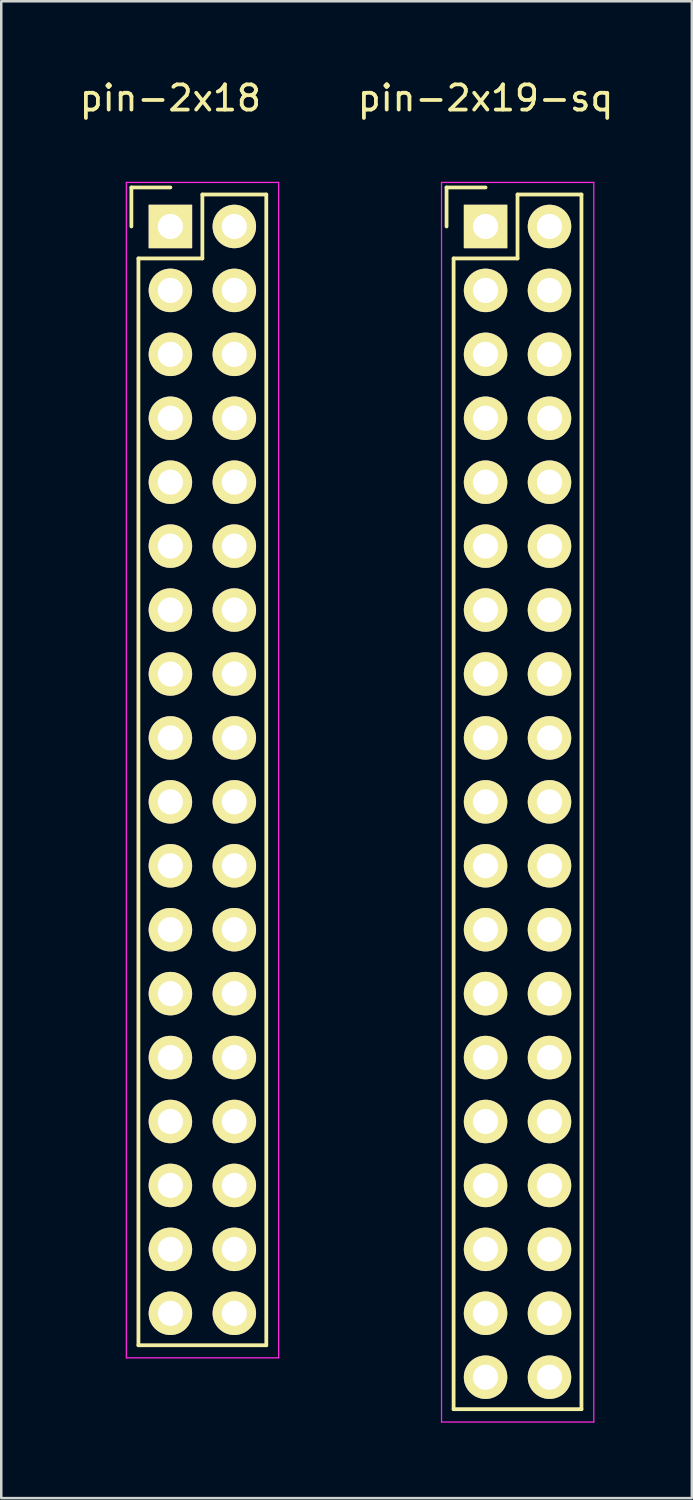
<source format=kicad_pcb>
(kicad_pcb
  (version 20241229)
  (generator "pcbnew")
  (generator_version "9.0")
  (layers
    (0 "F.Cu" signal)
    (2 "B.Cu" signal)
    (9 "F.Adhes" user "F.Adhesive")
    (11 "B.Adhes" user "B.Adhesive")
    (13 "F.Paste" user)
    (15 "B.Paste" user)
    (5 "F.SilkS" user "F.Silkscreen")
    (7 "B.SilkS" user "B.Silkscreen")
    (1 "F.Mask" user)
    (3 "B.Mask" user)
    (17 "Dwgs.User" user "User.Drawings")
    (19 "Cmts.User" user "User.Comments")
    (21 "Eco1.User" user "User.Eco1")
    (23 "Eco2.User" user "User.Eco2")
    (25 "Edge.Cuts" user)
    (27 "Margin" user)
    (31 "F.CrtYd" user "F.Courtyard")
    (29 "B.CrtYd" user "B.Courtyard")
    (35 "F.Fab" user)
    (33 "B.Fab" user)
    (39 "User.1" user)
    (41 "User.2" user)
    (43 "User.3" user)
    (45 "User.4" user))
  (footprint "pin-2x18"
    (layer "F.Cu")
    (at 3.72 5.948)
    (property "Reference" "pin-2x18" (at 0 -5.1 0) (layer "F.SilkS") (effects (font (size 1 1) (thickness 0.15))))
    (attr through_hole)
    (fp_line (start -1.55 -1.55) (end -1.55 0) (stroke (width 0.15) (type solid)) (layer "F.SilkS"))
    (fp_line (start -1.27 44.45) (end -1.27 1.27) (stroke (width 0.15) (type solid)) (layer "F.SilkS"))
    (fp_line (start 0 -1.55) (end -1.55 -1.55) (stroke (width 0.15) (type solid)) (layer "F.SilkS"))
    (fp_line (start 1.27 -1.27) (end 1.27 1.27) (stroke (width 0.15) (type solid)) (layer "F.SilkS"))
    (fp_line (start 1.27 1.27) (end -1.27 1.27) (stroke (width 0.15) (type solid)) (layer "F.SilkS"))
    (fp_line (start 3.81 -1.27) (end 1.27 -1.27) (stroke (width 0.15) (type solid)) (layer "F.SilkS"))
    (fp_line (start 3.81 -1.27) (end 3.81 44.45) (stroke (width 0.15) (type solid)) (layer "F.SilkS"))
    (fp_line (start 3.81 44.45) (end -1.27 44.45) (stroke (width 0.15) (type solid)) (layer "F.SilkS"))
    (fp_line (start -1.75 -1.75) (end -1.75 44.95) (stroke (width 0.05) (type solid)) (layer "F.CrtYd"))
    (fp_line (start -1.75 -1.75) (end 4.3 -1.75) (stroke (width 0.05) (type solid)) (layer "F.CrtYd"))
    (fp_line (start -1.75 44.95) (end 4.3 44.95) (stroke (width 0.05) (type solid)) (layer "F.CrtYd"))
    (fp_line (start 4.3 -1.75) (end 4.3 44.95) (stroke (width 0.05) (type solid)) (layer "F.CrtYd"))
    (pad "1" thru_hole rect (at 0 0) (size 1.727 1.727) (drill 1) (layers "*.Cu" "*.Mask" "F.SilkS"))
    (pad "2" thru_hole oval (at 2.54 0) (size 1.727 1.727) (drill 1) (layers "*.Cu" "*.Mask" "F.SilkS"))
    (pad "3" thru_hole oval (at 0 2.54) (size 1.727 1.727) (drill 1) (layers "*.Cu" "*.Mask" "F.SilkS"))
    (pad "4" thru_hole oval (at 2.54 2.54) (size 1.727 1.727) (drill 1) (layers "*.Cu" "*.Mask" "F.SilkS"))
    (pad "5" thru_hole oval (at 0 5.08) (size 1.727 1.727) (drill 1) (layers "*.Cu" "*.Mask" "F.SilkS"))
    (pad "6" thru_hole oval (at 2.54 5.08) (size 1.727 1.727) (drill 1) (layers "*.Cu" "*.Mask" "F.SilkS"))
    (pad "7" thru_hole oval (at 0 7.62) (size 1.727 1.727) (drill 1) (layers "*.Cu" "*.Mask" "F.SilkS"))
    (pad "8" thru_hole oval (at 2.54 7.62) (size 1.727 1.727) (drill 1) (layers "*.Cu" "*.Mask" "F.SilkS"))
    (pad "9" thru_hole oval (at 0 10.16) (size 1.727 1.727) (drill 1) (layers "*.Cu" "*.Mask" "F.SilkS"))
    (pad "10" thru_hole oval (at 2.54 10.16) (size 1.727 1.727) (drill 1) (layers "*.Cu" "*.Mask" "F.SilkS"))
    (pad "11" thru_hole oval (at 0 12.7) (size 1.727 1.727) (drill 1) (layers "*.Cu" "*.Mask" "F.SilkS"))
    (pad "12" thru_hole oval (at 2.54 12.7) (size 1.727 1.727) (drill 1) (layers "*.Cu" "*.Mask" "F.SilkS"))
    (pad "13" thru_hole oval (at 0 15.24) (size 1.727 1.727) (drill 1) (layers "*.Cu" "*.Mask" "F.SilkS"))
    (pad "14" thru_hole oval (at 2.54 15.24) (size 1.727 1.727) (drill 1) (layers "*.Cu" "*.Mask" "F.SilkS"))
    (pad "15" thru_hole oval (at 0 17.78) (size 1.727 1.727) (drill 1) (layers "*.Cu" "*.Mask" "F.SilkS"))
    (pad "16" thru_hole oval (at 2.54 17.78) (size 1.727 1.727) (drill 1) (layers "*.Cu" "*.Mask" "F.SilkS"))
    (pad "17" thru_hole oval (at 0 20.32) (size 1.727 1.727) (drill 1) (layers "*.Cu" "*.Mask" "F.SilkS"))
    (pad "18" thru_hole oval (at 2.54 20.32) (size 1.727 1.727) (drill 1) (layers "*.Cu" "*.Mask" "F.SilkS"))
    (pad "19" thru_hole oval (at 0 22.86) (size 1.727 1.727) (drill 1) (layers "*.Cu" "*.Mask" "F.SilkS"))
    (pad "20" thru_hole oval (at 2.54 22.86) (size 1.727 1.727) (drill 1) (layers "*.Cu" "*.Mask" "F.SilkS"))
    (pad "21" thru_hole oval (at 0 25.4) (size 1.727 1.727) (drill 1) (layers "*.Cu" "*.Mask" "F.SilkS"))
    (pad "22" thru_hole oval (at 2.54 25.4) (size 1.727 1.727) (drill 1) (layers "*.Cu" "*.Mask" "F.SilkS"))
    (pad "23" thru_hole oval (at 0 27.94) (size 1.727 1.727) (drill 1) (layers "*.Cu" "*.Mask" "F.SilkS"))
    (pad "24" thru_hole oval (at 2.54 27.94) (size 1.727 1.727) (drill 1) (layers "*.Cu" "*.Mask" "F.SilkS"))
    (pad "25" thru_hole oval (at 0 30.48) (size 1.727 1.727) (drill 1) (layers "*.Cu" "*.Mask" "F.SilkS"))
    (pad "26" thru_hole oval (at 2.54 30.48) (size 1.727 1.727) (drill 1) (layers "*.Cu" "*.Mask" "F.SilkS"))
    (pad "27" thru_hole oval (at 0 33.02) (size 1.727 1.727) (drill 1) (layers "*.Cu" "*.Mask" "F.SilkS"))
    (pad "28" thru_hole oval (at 2.54 33.02) (size 1.727 1.727) (drill 1) (layers "*.Cu" "*.Mask" "F.SilkS"))
    (pad "29" thru_hole oval (at 0 35.56) (size 1.727 1.727) (drill 1) (layers "*.Cu" "*.Mask" "F.SilkS"))
    (pad "30" thru_hole oval (at 2.54 35.56) (size 1.727 1.727) (drill 1) (layers "*.Cu" "*.Mask" "F.SilkS"))
    (pad "31" thru_hole oval (at 0 38.1) (size 1.727 1.727) (drill 1) (layers "*.Cu" "*.Mask" "F.SilkS"))
    (pad "32" thru_hole oval (at 2.54 38.1) (size 1.727 1.727) (drill 1) (layers "*.Cu" "*.Mask" "F.SilkS"))
    (pad "33" thru_hole oval (at 0 40.64) (size 1.727 1.727) (drill 1) (layers "*.Cu" "*.Mask" "F.SilkS"))
    (pad "34" thru_hole oval (at 2.54 40.64) (size 1.727 1.727) (drill 1) (layers "*.Cu" "*.Mask" "F.SilkS"))
    (pad "35" thru_hole oval (at 0 43.18) (size 1.727 1.727) (drill 1) (layers "*.Cu" "*.Mask" "F.SilkS"))
    (pad "36" thru_hole oval (at 2.54 43.18) (size 1.727 1.727) (drill 1) (layers "*.Cu" "*.Mask" "F.SilkS")))
  (footprint "pin-2x19-sq"
    (layer "F.Cu")
    (at 16.242 5.948)
    (property "Reference" "pin-2x19-sq" (at 0 -5.1 0) (layer "F.SilkS") (effects (font (size 1 1) (thickness 0.15))))
    (attr through_hole)
    (fp_line (start -1.55 -1.55) (end -1.55 0) (stroke (width 0.15) (type solid)) (layer "F.SilkS"))
    (fp_line (start -1.27 46.99) (end -1.27 1.27) (stroke (width 0.15) (type solid)) (layer "F.SilkS"))
    (fp_line (start 0 -1.55) (end -1.55 -1.55) (stroke (width 0.15) (type solid)) (layer "F.SilkS"))
    (fp_line (start 1.27 -1.27) (end 1.27 1.27) (stroke (width 0.15) (type solid)) (layer "F.SilkS"))
    (fp_line (start 1.27 1.27) (end -1.27 1.27) (stroke (width 0.15) (type solid)) (layer "F.SilkS"))
    (fp_line (start 3.81 -1.27) (end 1.27 -1.27) (stroke (width 0.15) (type solid)) (layer "F.SilkS"))
    (fp_line (start 3.81 -1.27) (end 3.81 46.99) (stroke (width 0.15) (type solid)) (layer "F.SilkS"))
    (fp_line (start 3.81 46.99) (end -1.27 46.99) (stroke (width 0.15) (type solid)) (layer "F.SilkS"))
    (fp_line (start -1.75 -1.75) (end -1.75 47.5) (stroke (width 0.05) (type solid)) (layer "F.CrtYd"))
    (fp_line (start -1.75 -1.75) (end 4.3 -1.75) (stroke (width 0.05) (type solid)) (layer "F.CrtYd"))
    (fp_line (start -1.75 47.5) (end 4.3 47.5) (stroke (width 0.05) (type solid)) (layer "F.CrtYd"))
    (fp_line (start 4.3 -1.75) (end 4.3 47.5) (stroke (width 0.05) (type solid)) (layer "F.CrtYd"))
    (pad "1" thru_hole rect (at 0 0) (size 1.727 1.727) (drill 1) (layers "*.Cu" "*.Mask" "F.SilkS"))
    (pad "2" thru_hole oval (at 2.54 0) (size 1.727 1.727) (drill 1) (layers "*.Cu" "*.Mask" "F.SilkS"))
    (pad "3" thru_hole oval (at 0 2.54) (size 1.727 1.727) (drill 1) (layers "*.Cu" "*.Mask" "F.SilkS"))
    (pad "4" thru_hole oval (at 2.54 2.54) (size 1.727 1.727) (drill 1) (layers "*.Cu" "*.Mask" "F.SilkS"))
    (pad "5" thru_hole oval (at 0 5.08) (size 1.727 1.727) (drill 1) (layers "*.Cu" "*.Mask" "F.SilkS"))
    (pad "6" thru_hole oval (at 2.54 5.08) (size 1.727 1.727) (drill 1) (layers "*.Cu" "*.Mask" "F.SilkS"))
    (pad "7" thru_hole oval (at 0 7.62) (size 1.727 1.727) (drill 1) (layers "*.Cu" "*.Mask" "F.SilkS"))
    (pad "8" thru_hole oval (at 2.54 7.62) (size 1.727 1.727) (drill 1) (layers "*.Cu" "*.Mask" "F.SilkS"))
    (pad "9" thru_hole oval (at 0 10.16) (size 1.727 1.727) (drill 1) (layers "*.Cu" "*.Mask" "F.SilkS"))
    (pad "10" thru_hole oval (at 2.54 10.16) (size 1.727 1.727) (drill 1) (layers "*.Cu" "*.Mask" "F.SilkS"))
    (pad "11" thru_hole oval (at 0 12.7) (size 1.727 1.727) (drill 1) (layers "*.Cu" "*.Mask" "F.SilkS"))
    (pad "12" thru_hole oval (at 2.54 12.7) (size 1.727 1.727) (drill 1) (layers "*.Cu" "*.Mask" "F.SilkS"))
    (pad "13" thru_hole oval (at 0 15.24) (size 1.727 1.727) (drill 1) (layers "*.Cu" "*.Mask" "F.SilkS"))
    (pad "14" thru_hole oval (at 2.54 15.24) (size 1.727 1.727) (drill 1) (layers "*.Cu" "*.Mask" "F.SilkS"))
    (pad "15" thru_hole oval (at 0 17.78) (size 1.727 1.727) (drill 1) (layers "*.Cu" "*.Mask" "F.SilkS"))
    (pad "16" thru_hole oval (at 2.54 17.78) (size 1.727 1.727) (drill 1) (layers "*.Cu" "*.Mask" "F.SilkS"))
    (pad "17" thru_hole oval (at 0 20.32) (size 1.727 1.727) (drill 1) (layers "*.Cu" "*.Mask" "F.SilkS"))
    (pad "18" thru_hole oval (at 2.54 20.32) (size 1.727 1.727) (drill 1) (layers "*.Cu" "*.Mask" "F.SilkS"))
    (pad "19" thru_hole oval (at 0 22.86) (size 1.727 1.727) (drill 1) (layers "*.Cu" "*.Mask" "F.SilkS"))
    (pad "20" thru_hole oval (at 2.54 22.86) (size 1.727 1.727) (drill 1) (layers "*.Cu" "*.Mask" "F.SilkS"))
    (pad "21" thru_hole oval (at 0 25.4) (size 1.727 1.727) (drill 1) (layers "*.Cu" "*.Mask" "F.SilkS"))
    (pad "22" thru_hole oval (at 2.54 25.4) (size 1.727 1.727) (drill 1) (layers "*.Cu" "*.Mask" "F.SilkS"))
    (pad "23" thru_hole oval (at 0 27.94) (size 1.727 1.727) (drill 1) (layers "*.Cu" "*.Mask" "F.SilkS"))
    (pad "24" thru_hole oval (at 2.54 27.94) (size 1.727 1.727) (drill 1) (layers "*.Cu" "*.Mask" "F.SilkS"))
    (pad "25" thru_hole oval (at 0 30.48) (size 1.727 1.727) (drill 1) (layers "*.Cu" "*.Mask" "F.SilkS"))
    (pad "26" thru_hole oval (at 2.54 30.48) (size 1.727 1.727) (drill 1) (layers "*.Cu" "*.Mask" "F.SilkS"))
    (pad "27" thru_hole oval (at 0 33.02) (size 1.727 1.727) (drill 1) (layers "*.Cu" "*.Mask" "F.SilkS"))
    (pad "28" thru_hole oval (at 2.54 33.02) (size 1.727 1.727) (drill 1) (layers "*.Cu" "*.Mask" "F.SilkS"))
    (pad "29" thru_hole oval (at 0 35.56) (size 1.727 1.727) (drill 1) (layers "*.Cu" "*.Mask" "F.SilkS"))
    (pad "30" thru_hole oval (at 2.54 35.56) (size 1.727 1.727) (drill 1) (layers "*.Cu" "*.Mask" "F.SilkS"))
    (pad "31" thru_hole oval (at 0 38.1) (size 1.727 1.727) (drill 1) (layers "*.Cu" "*.Mask" "F.SilkS"))
    (pad "32" thru_hole oval (at 2.54 38.1) (size 1.727 1.727) (drill 1) (layers "*.Cu" "*.Mask" "F.SilkS"))
    (pad "33" thru_hole oval (at 0 40.64) (size 1.727 1.727) (drill 1) (layers "*.Cu" "*.Mask" "F.SilkS"))
    (pad "34" thru_hole oval (at 2.54 40.64) (size 1.727 1.727) (drill 1) (layers "*.Cu" "*.Mask" "F.SilkS"))
    (pad "35" thru_hole oval (at 0 43.18) (size 1.727 1.727) (drill 1) (layers "*.Cu" "*.Mask" "F.SilkS"))
    (pad "36" thru_hole oval (at 2.54 43.18) (size 1.727 1.727) (drill 1) (layers "*.Cu" "*.Mask" "F.SilkS"))
    (pad "37" thru_hole oval (at 0 45.72) (size 1.727 1.727) (drill 1) (layers "*.Cu" "*.Mask" "F.SilkS"))
    (pad "38" thru_hole oval (at 2.54 45.72) (size 1.727 1.727) (drill 1) (layers "*.Cu" "*.Mask" "F.SilkS")))
  (gr_rect
    (start -3 -3)
    (end 24.438 56.473)
    (stroke (width 0.1) (type default))
    (fill no)
    (layer "Edge.Cuts")))
</source>
